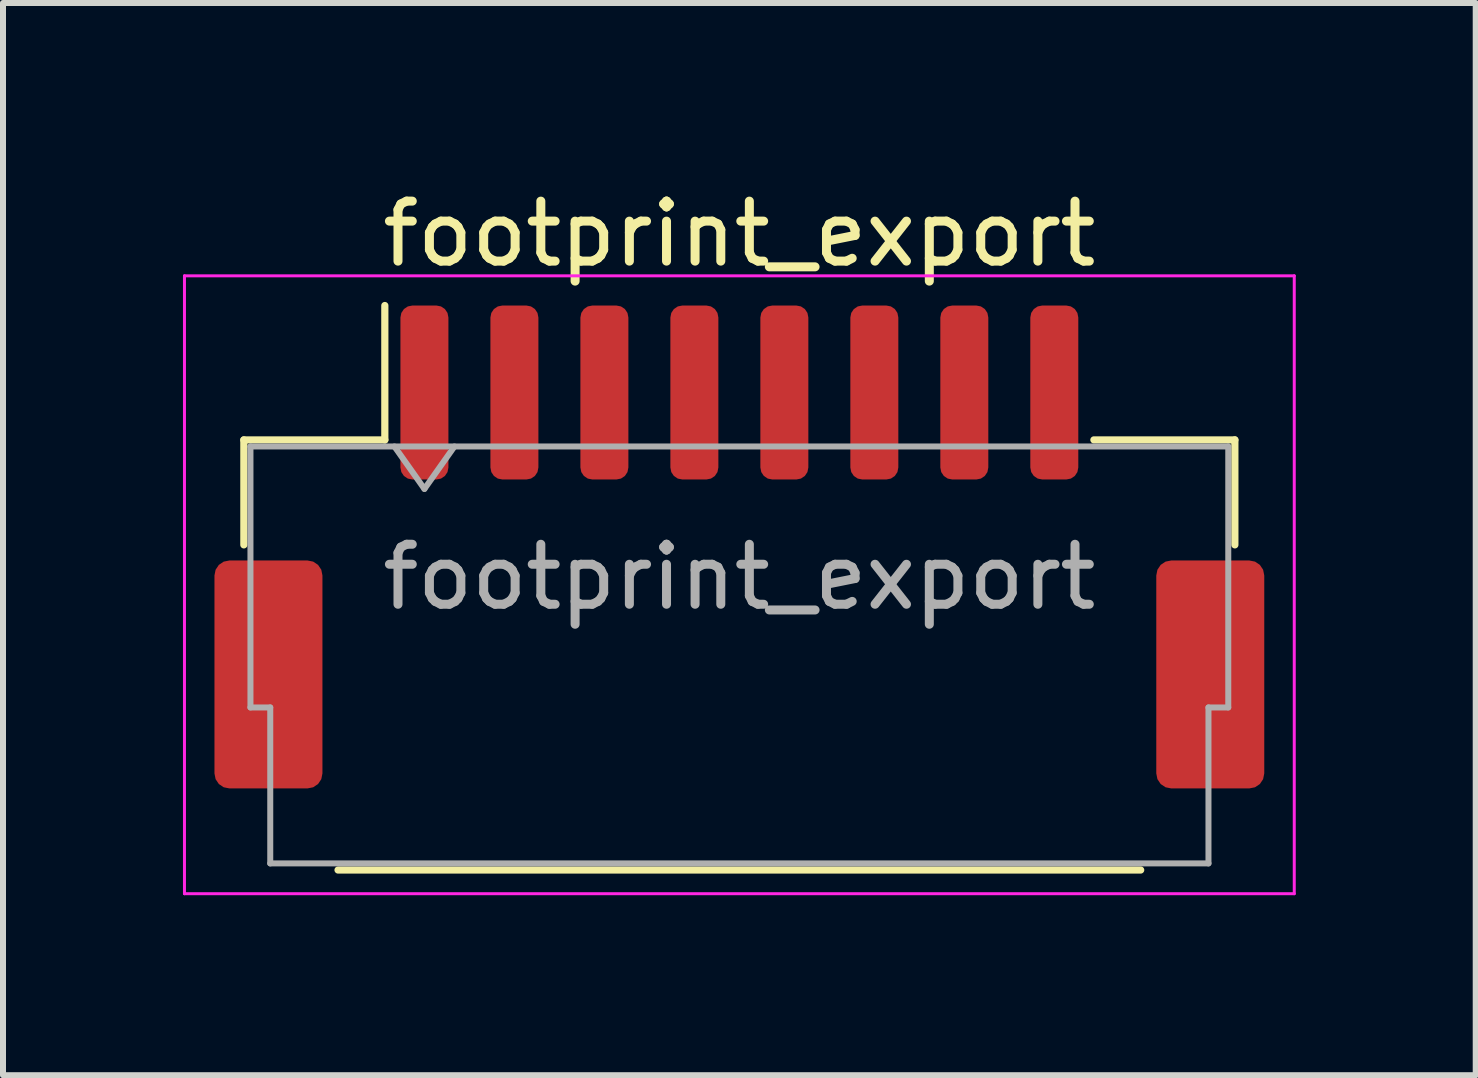
<source format=kicad_pcb>
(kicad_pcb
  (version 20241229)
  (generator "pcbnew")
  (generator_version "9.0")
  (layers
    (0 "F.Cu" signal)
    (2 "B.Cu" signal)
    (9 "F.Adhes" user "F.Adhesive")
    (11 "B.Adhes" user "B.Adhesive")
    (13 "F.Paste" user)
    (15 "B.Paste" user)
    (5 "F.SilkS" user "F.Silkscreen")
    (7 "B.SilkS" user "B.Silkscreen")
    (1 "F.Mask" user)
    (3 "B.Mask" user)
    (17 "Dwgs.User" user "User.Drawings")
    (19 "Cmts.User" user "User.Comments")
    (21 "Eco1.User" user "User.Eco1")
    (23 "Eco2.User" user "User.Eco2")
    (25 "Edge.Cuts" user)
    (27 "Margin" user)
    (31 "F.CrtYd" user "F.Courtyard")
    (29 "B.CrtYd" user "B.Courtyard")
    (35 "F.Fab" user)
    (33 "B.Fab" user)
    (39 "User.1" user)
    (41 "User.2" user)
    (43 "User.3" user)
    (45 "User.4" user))
  (footprint "footprint_export"
    (layer "F.Cu")
    (at 9.275 6.068)
    (property "Reference" "footprint_export" (at 0 -5.22 0) (layer "F.SilkS") (effects (font (size 1 1) (thickness 0.15))))
    (attr smd)
    (fp_line (start -8.26 -1.785) (end -5.91 -1.785) (stroke (width 0.12) (type solid)) (layer "F.SilkS"))
    (fp_line (start -8.26 -0.035) (end -8.26 -1.785) (stroke (width 0.12) (type solid)) (layer "F.SilkS"))
    (fp_line (start -6.69 5.385) (end 6.69 5.385) (stroke (width 0.12) (type solid)) (layer "F.SilkS"))
    (fp_line (start -5.91 -1.785) (end -5.91 -4.025) (stroke (width 0.12) (type solid)) (layer "F.SilkS"))
    (fp_line (start 8.26 -1.785) (end 5.91 -1.785) (stroke (width 0.12) (type solid)) (layer "F.SilkS"))
    (fp_line (start 8.26 -0.035) (end 8.26 -1.785) (stroke (width 0.12) (type solid)) (layer "F.SilkS"))
    (fp_line (start -9.25 -4.52) (end -9.25 5.78) (stroke (width 0.05) (type solid)) (layer "F.CrtYd"))
    (fp_line (start -9.25 5.78) (end 9.25 5.78) (stroke (width 0.05) (type solid)) (layer "F.CrtYd"))
    (fp_line (start 9.25 -4.52) (end -9.25 -4.52) (stroke (width 0.05) (type solid)) (layer "F.CrtYd"))
    (fp_line (start 9.25 5.78) (end 9.25 -4.52) (stroke (width 0.05) (type solid)) (layer "F.CrtYd"))
    (fp_line (start -8.15 -1.675) (end -8.15 2.675) (stroke (width 0.1) (type solid)) (layer "F.Fab"))
    (fp_line (start -8.15 -1.675) (end 8.15 -1.675) (stroke (width 0.1) (type solid)) (layer "F.Fab"))
    (fp_line (start -8.15 2.675) (end -7.82 2.675) (stroke (width 0.1) (type solid)) (layer "F.Fab"))
    (fp_line (start -7.82 2.675) (end -7.82 5.275) (stroke (width 0.1) (type solid)) (layer "F.Fab"))
    (fp_line (start -7.82 5.275) (end 7.82 5.275) (stroke (width 0.1) (type solid)) (layer "F.Fab"))
    (fp_line (start -5.75 -1.675) (end -5.25 -0.968) (stroke (width 0.1) (type solid)) (layer "F.Fab"))
    (fp_line (start -5.25 -0.968) (end -4.75 -1.675) (stroke (width 0.1) (type solid)) (layer "F.Fab"))
    (fp_line (start 7.82 2.675) (end 8.15 2.675) (stroke (width 0.1) (type solid)) (layer "F.Fab"))
    (fp_line (start 7.82 5.275) (end 7.82 2.675) (stroke (width 0.1) (type solid)) (layer "F.Fab"))
    (fp_line (start 8.15 -1.675) (end 8.15 2.675) (stroke (width 0.1) (type solid)) (layer "F.Fab"))
    (fp_text user "${REFERENCE}" (at 0 0.5 0) (layer "F.Fab") (effects (font (size 1 1) (thickness 0.15))))
    (pad "1" smd roundrect (at -5.25 -2.575) (size 0.8 2.9) (layers "F.Cu" "F.Mask" "F.Paste") (roundrect_rratio 0.25))
    (pad "2" smd roundrect (at -3.75 -2.575) (size 0.8 2.9) (layers "F.Cu" "F.Mask" "F.Paste") (roundrect_rratio 0.25))
    (pad "3" smd roundrect (at -2.25 -2.575) (size 0.8 2.9) (layers "F.Cu" "F.Mask" "F.Paste") (roundrect_rratio 0.25))
    (pad "4" smd roundrect (at -0.75 -2.575) (size 0.8 2.9) (layers "F.Cu" "F.Mask" "F.Paste") (roundrect_rratio 0.25))
    (pad "5" smd roundrect (at 0.75 -2.575) (size 0.8 2.9) (layers "F.Cu" "F.Mask" "F.Paste") (roundrect_rratio 0.25))
    (pad "6" smd roundrect (at 2.25 -2.575) (size 0.8 2.9) (layers "F.Cu" "F.Mask" "F.Paste") (roundrect_rratio 0.25))
    (pad "7" smd roundrect (at 3.75 -2.575) (size 0.8 2.9) (layers "F.Cu" "F.Mask" "F.Paste") (roundrect_rratio 0.25))
    (pad "8" smd roundrect (at 5.25 -2.575) (size 0.8 2.9) (layers "F.Cu" "F.Mask" "F.Paste") (roundrect_rratio 0.25))
    (pad "MP" smd roundrect (at -7.85 2.125) (size 1.8 3.8) (layers "F.Cu" "F.Mask" "F.Paste") (roundrect_rratio 0.139))
    (pad "MP" smd roundrect (at 7.85 2.125) (size 1.8 3.8) (layers "F.Cu" "F.Mask" "F.Paste") (roundrect_rratio 0.139)))
  (gr_rect
    (start -3 -3)
    (end 21.55 14.873)
    (stroke (width 0.1) (type default))
    (fill no)
    (layer "Edge.Cuts")))
</source>
